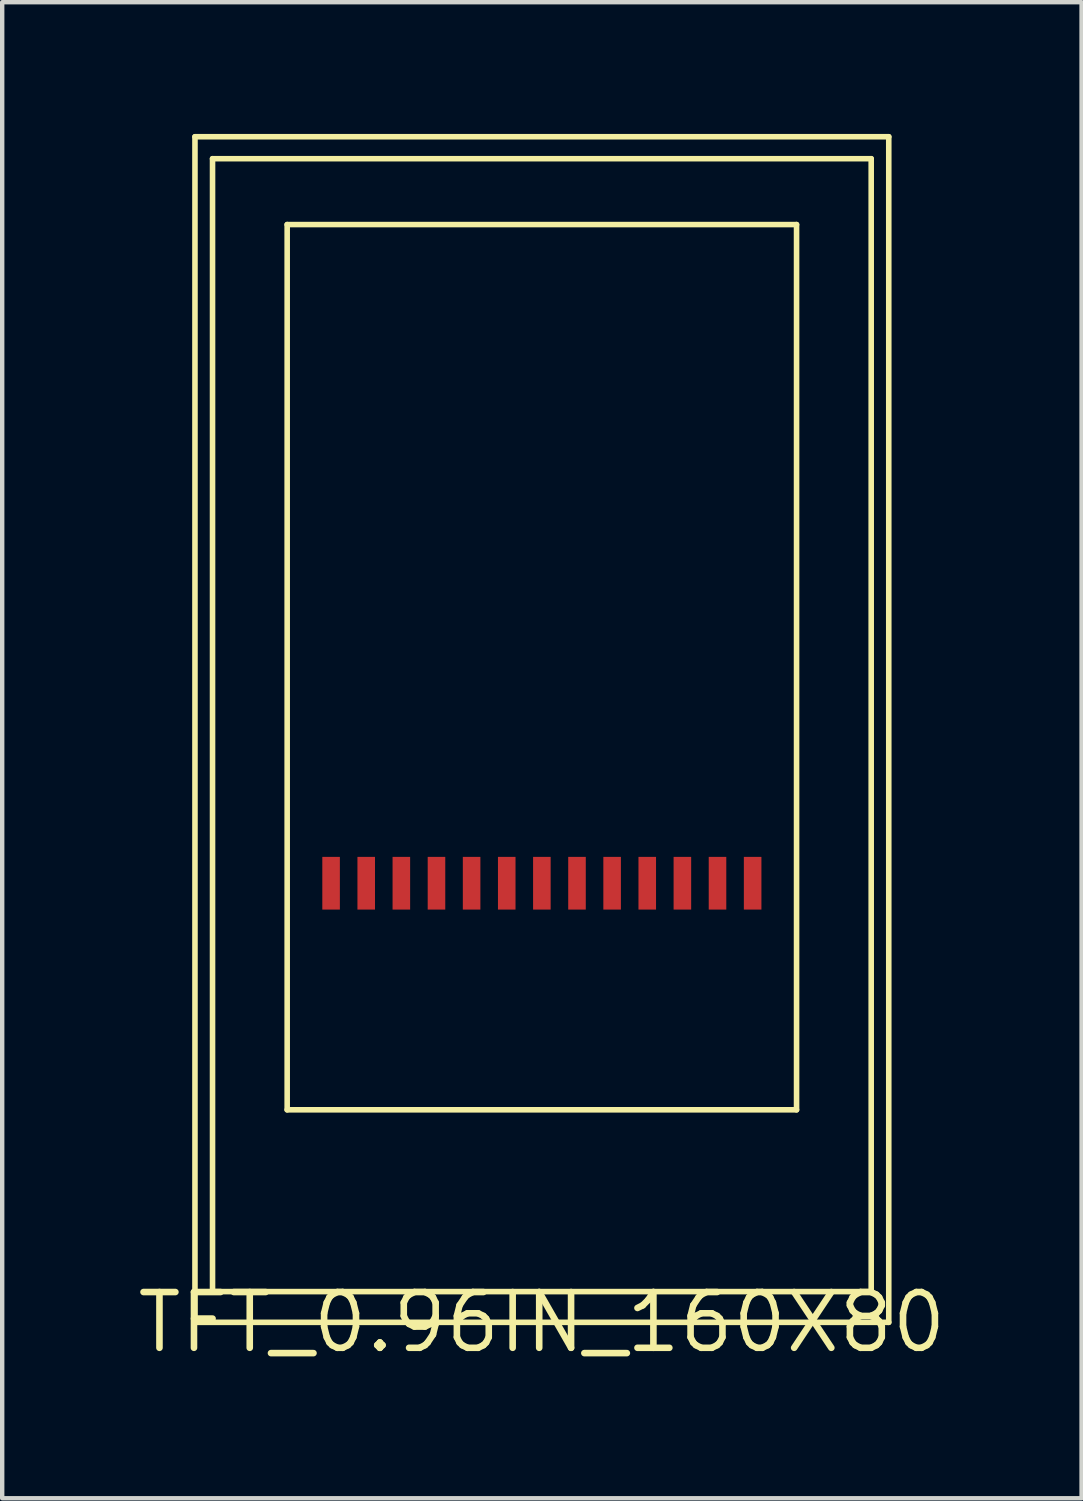
<source format=kicad_pcb>
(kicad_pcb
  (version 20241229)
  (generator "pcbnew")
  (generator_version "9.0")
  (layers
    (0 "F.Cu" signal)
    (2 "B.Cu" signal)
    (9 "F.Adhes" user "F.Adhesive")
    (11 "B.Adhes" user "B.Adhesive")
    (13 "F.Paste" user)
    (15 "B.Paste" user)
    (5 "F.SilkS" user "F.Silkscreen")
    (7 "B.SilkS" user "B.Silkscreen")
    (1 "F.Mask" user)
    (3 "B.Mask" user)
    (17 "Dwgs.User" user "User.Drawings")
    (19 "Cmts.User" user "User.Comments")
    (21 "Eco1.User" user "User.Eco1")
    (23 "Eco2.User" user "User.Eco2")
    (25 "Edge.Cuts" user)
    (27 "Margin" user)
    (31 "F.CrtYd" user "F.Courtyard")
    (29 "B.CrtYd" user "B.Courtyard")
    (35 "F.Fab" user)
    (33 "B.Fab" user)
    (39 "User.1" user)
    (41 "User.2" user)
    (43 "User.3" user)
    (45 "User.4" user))
  (footprint "TFT_0.96IN_160X80"
    (layer "F.Cu")
    (at 9.29 27.064)
    (property "Reference" "TFT_0.96IN_160X80" (at 0 0 0) (layer "F.SilkS") (effects (font (size 1.27 1.27) (thickness 0.15))))
    (attr through_hole)
    (fp_line (start -7.9 -27) (end -7.9 0) (stroke (width 0.127) (type solid)) (layer "F.SilkS"))
    (fp_line (start -7.9 0) (end 7.9 0) (stroke (width 0.127) (type solid)) (layer "F.SilkS"))
    (fp_line (start -7.5 -26.5) (end 7.5 -26.5) (stroke (width 0.127) (type solid)) (layer "F.SilkS"))
    (fp_line (start -7.5 -0.7) (end -7.5 -26.5) (stroke (width 0.127) (type solid)) (layer "F.SilkS"))
    (fp_line (start -5.8 -25) (end 5.8 -25) (stroke (width 0.127) (type solid)) (layer "F.SilkS"))
    (fp_line (start -5.8 -4.84) (end -5.8 -25) (stroke (width 0.127) (type solid)) (layer "F.SilkS"))
    (fp_line (start 5.8 -25) (end 5.8 -4.84) (stroke (width 0.127) (type solid)) (layer "F.SilkS"))
    (fp_line (start 5.8 -4.84) (end -5.8 -4.84) (stroke (width 0.127) (type solid)) (layer "F.SilkS"))
    (fp_line (start 7.5 -26.5) (end 7.5 -0.7) (stroke (width 0.127) (type solid)) (layer "F.SilkS"))
    (fp_line (start 7.5 -0.7) (end -7.5 -0.7) (stroke (width 0.127) (type solid)) (layer "F.SilkS"))
    (fp_line (start 7.9 -27) (end -7.9 -27) (stroke (width 0.127) (type solid)) (layer "F.SilkS"))
    (fp_line (start 7.9 0) (end 7.9 -27) (stroke (width 0.127) (type solid)) (layer "F.SilkS"))
    (pad "1" smd rect (at -4.8 -10 90) (size 1.2 0.4) (layers "F.Cu" "F.Mask" "F.Paste"))
    (pad "2" smd rect (at -4 -10 90) (size 1.2 0.4) (layers "F.Cu" "F.Mask" "F.Paste"))
    (pad "3" smd rect (at -3.2 -10 90) (size 1.2 0.4) (layers "F.Cu" "F.Mask" "F.Paste"))
    (pad "4" smd rect (at -2.4 -10 90) (size 1.2 0.4) (layers "F.Cu" "F.Mask" "F.Paste"))
    (pad "5" smd rect (at -1.6 -10 90) (size 1.2 0.4) (layers "F.Cu" "F.Mask" "F.Paste"))
    (pad "6" smd rect (at -0.8 -10 90) (size 1.2 0.4) (layers "F.Cu" "F.Mask" "F.Paste"))
    (pad "7" smd rect (at 0 -10 90) (size 1.2 0.4) (layers "F.Cu" "F.Mask" "F.Paste"))
    (pad "8" smd rect (at 0.8 -10 90) (size 1.2 0.4) (layers "F.Cu" "F.Mask" "F.Paste"))
    (pad "9" smd rect (at 1.6 -10 90) (size 1.2 0.4) (layers "F.Cu" "F.Mask" "F.Paste"))
    (pad "10" smd rect (at 2.4 -10 90) (size 1.2 0.4) (layers "F.Cu" "F.Mask" "F.Paste"))
    (pad "11" smd rect (at 3.2 -10 90) (size 1.2 0.4) (layers "F.Cu" "F.Mask" "F.Paste"))
    (pad "12" smd rect (at 4 -10 90) (size 1.2 0.4) (layers "F.Cu" "F.Mask" "F.Paste"))
    (pad "13" smd rect (at 4.8 -10 90) (size 1.2 0.4) (layers "F.Cu" "F.Mask" "F.Paste")))
  (gr_rect
    (start -3 -3)
    (end 21.581 31.07)
    (stroke (width 0.1) (type default))
    (fill no)
    (layer "Edge.Cuts")))
</source>
